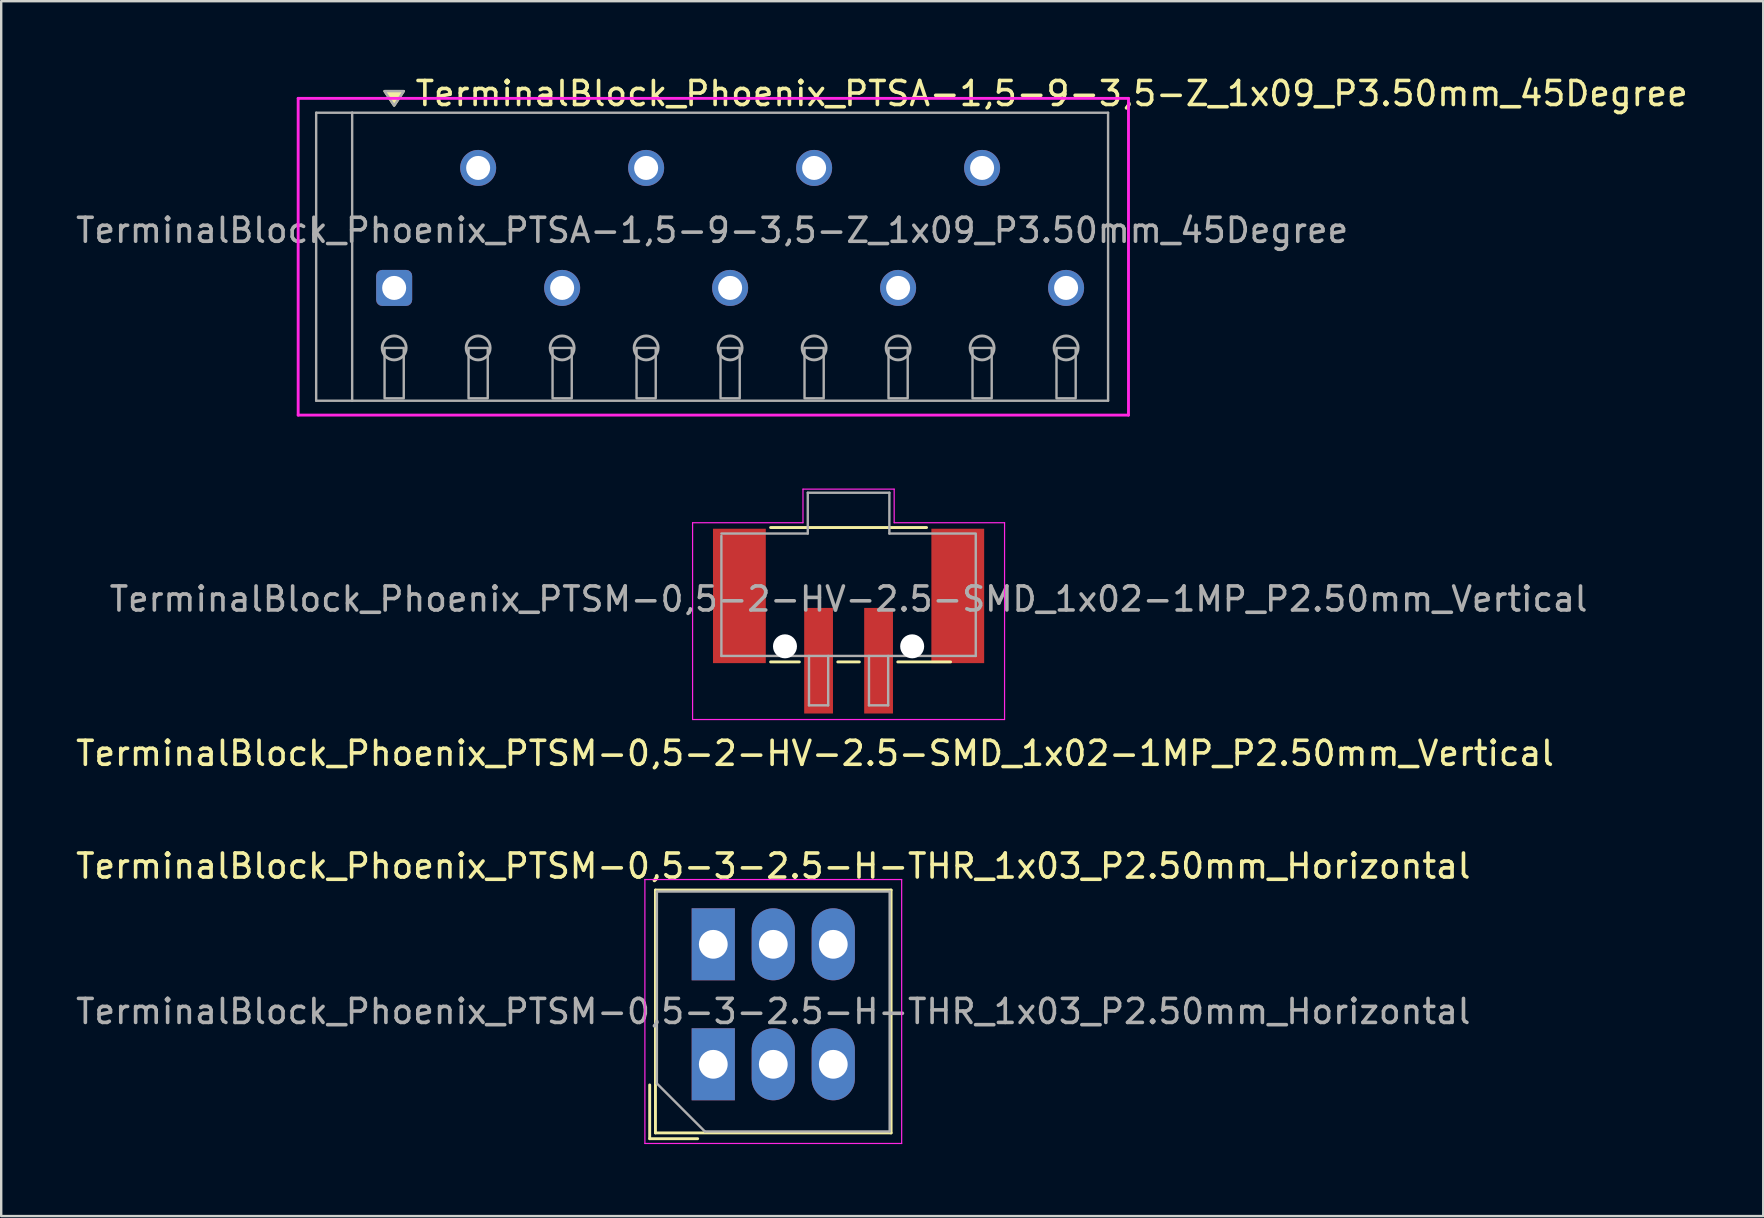
<source format=kicad_pcb>
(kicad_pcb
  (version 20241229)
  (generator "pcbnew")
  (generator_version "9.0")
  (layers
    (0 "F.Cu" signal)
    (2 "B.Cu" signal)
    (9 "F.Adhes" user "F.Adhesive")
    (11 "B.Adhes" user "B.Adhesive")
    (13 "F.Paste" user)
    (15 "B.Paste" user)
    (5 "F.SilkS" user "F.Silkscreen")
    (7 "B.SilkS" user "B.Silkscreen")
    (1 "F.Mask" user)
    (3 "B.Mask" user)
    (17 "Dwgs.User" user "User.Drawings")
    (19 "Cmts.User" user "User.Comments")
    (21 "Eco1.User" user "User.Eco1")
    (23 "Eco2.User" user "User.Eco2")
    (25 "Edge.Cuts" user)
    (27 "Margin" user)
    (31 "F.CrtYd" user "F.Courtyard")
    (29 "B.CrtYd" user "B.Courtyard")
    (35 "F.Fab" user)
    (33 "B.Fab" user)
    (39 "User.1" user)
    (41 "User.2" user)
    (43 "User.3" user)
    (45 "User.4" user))
  (footprint "TerminalBlock_Phoenix_PTSA-1,5-9-3,5-Z_1x09_P3.50mm_45Degree"
    (layer "F.Cu")
    (at 13.375 8.948)
    (property "Reference" "TerminalBlock_Phoenix_PTSA-1,5-9-3,5-Z_1x09_P3.50mm_45Degree" (at 0.8 -8.1 0) (layer "F.SilkS") (effects (font (size 1 1) (thickness 0.15)) (justify left)))
    (attr through_hole)
    (fp_poly (pts (xy 0 -7.6) (xy -0.4 -8.2) (xy 0.4 -8.2)) (stroke (width 0.1) (type solid)) (fill yes) (layer "F.SilkS"))
    (fp_line (start -4 -7.9) (end 30.6 -7.9) (stroke (width 0.12) (type solid)) (layer "F.CrtYd"))
    (fp_line (start -4 5.3) (end -4 -7.9) (stroke (width 0.12) (type solid)) (layer "F.CrtYd"))
    (fp_line (start 30.6 -7.9) (end 30.6 5.3) (stroke (width 0.12) (type solid)) (layer "F.CrtYd"))
    (fp_line (start 30.6 5.3) (end -4 5.3) (stroke (width 0.12) (type solid)) (layer "F.CrtYd"))
    (fp_line (start -3.25 -7.3) (end -1.75 -7.3) (stroke (width 0.1) (type solid)) (layer "F.Fab"))
    (fp_line (start -3.25 4.7) (end -3.25 -7.3) (stroke (width 0.1) (type solid)) (layer "F.Fab"))
    (fp_line (start -1.75 -7.3) (end -1.75 4.7) (stroke (width 0.1) (type solid)) (layer "F.Fab"))
    (fp_line (start -1.75 4.7) (end -3.25 4.7) (stroke (width 0.1) (type solid)) (layer "F.Fab"))
    (fp_line (start -1.75 4.7) (end 29.75 4.7) (stroke (width 0.1) (type solid)) (layer "F.Fab"))
    (fp_line (start 29.75 -7.3) (end -1.75 -7.3) (stroke (width 0.1) (type solid)) (layer "F.Fab"))
    (fp_line (start 29.75 4.7) (end 29.75 -7.3) (stroke (width 0.1) (type solid)) (layer "F.Fab"))
    (fp_circle (center 0 2.5) (end -0.5 2.5) (stroke (width 0.12) (type solid)) (fill no) (layer "F.Fab"))
    (fp_circle (center 3.5 2.5) (end 3 2.5) (stroke (width 0.12) (type solid)) (fill no) (layer "F.Fab"))
    (fp_circle (center 7 2.5) (end 6.5 2.5) (stroke (width 0.12) (type solid)) (fill no) (layer "F.Fab"))
    (fp_circle (center 10.5 2.5) (end 10 2.5) (stroke (width 0.12) (type solid)) (fill no) (layer "F.Fab"))
    (fp_circle (center 14 2.5) (end 13.5 2.5) (stroke (width 0.12) (type solid)) (fill no) (layer "F.Fab"))
    (fp_circle (center 17.5 2.5) (end 17 2.5) (stroke (width 0.12) (type solid)) (fill no) (layer "F.Fab"))
    (fp_circle (center 21 2.5) (end 20.5 2.5) (stroke (width 0.12) (type solid)) (fill no) (layer "F.Fab"))
    (fp_circle (center 24.5 2.5) (end 24 2.5) (stroke (width 0.12) (type solid)) (fill no) (layer "F.Fab"))
    (fp_circle (center 28 2.5) (end 27.5 2.5) (stroke (width 0.12) (type solid)) (fill no) (layer "F.Fab"))
    (fp_poly (pts (xy 0 -7.6) (xy -0.4 -8.2) (xy 0.4 -8.2)) (stroke (width 0.1) (type solid)) (fill no) (layer "F.Fab"))
    (fp_poly (pts (xy -0.4 2.5) (xy -0.4 4.6) (xy 0.4 4.6) (xy 0.4 2.5)) (stroke (width 0.1) (type solid)) (fill no) (layer "F.Fab"))
    (fp_poly (pts (xy 3.1 2.5) (xy 3.1 4.6) (xy 3.9 4.6) (xy 3.9 2.5)) (stroke (width 0.1) (type solid)) (fill no) (layer "F.Fab"))
    (fp_poly (pts (xy 6.6 2.5) (xy 6.6 4.6) (xy 7.4 4.6) (xy 7.4 2.5)) (stroke (width 0.1) (type solid)) (fill no) (layer "F.Fab"))
    (fp_poly (pts (xy 10.1 2.5) (xy 10.1 4.6) (xy 10.9 4.6) (xy 10.9 2.5)) (stroke (width 0.1) (type solid)) (fill no) (layer "F.Fab"))
    (fp_poly (pts (xy 13.6 2.5) (xy 13.6 4.6) (xy 14.4 4.6) (xy 14.4 2.5)) (stroke (width 0.1) (type solid)) (fill no) (layer "F.Fab"))
    (fp_poly (pts (xy 17.1 2.5) (xy 17.1 4.6) (xy 17.9 4.6) (xy 17.9 2.5)) (stroke (width 0.1) (type solid)) (fill no) (layer "F.Fab"))
    (fp_poly (pts (xy 20.6 2.5) (xy 20.6 4.6) (xy 21.4 4.6) (xy 21.4 2.5)) (stroke (width 0.1) (type solid)) (fill no) (layer "F.Fab"))
    (fp_poly (pts (xy 24.1 2.5) (xy 24.1 4.6) (xy 24.9 4.6) (xy 24.9 2.5)) (stroke (width 0.1) (type solid)) (fill no) (layer "F.Fab"))
    (fp_poly (pts (xy 27.6 2.5) (xy 27.6 4.6) (xy 28.4 4.6) (xy 28.4 2.5)) (stroke (width 0.1) (type solid)) (fill no) (layer "F.Fab"))
    (fp_text user "${REFERENCE}" (at 13.25 -2.4 0) (layer "F.Fab") (effects (font (size 1 1) (thickness 0.15))))
    (pad "1" thru_hole roundrect (at 0 0) (size 1.5 1.5) (drill 1) (layers "*.Cu" "*.Mask") (roundrect_rratio 0.167))
    (pad "2" thru_hole oval (at 3.5 -5) (size 1.5 1.5) (drill 1) (layers "*.Cu" "*.Mask"))
    (pad "3" thru_hole oval (at 7 0) (size 1.5 1.5) (drill 1) (layers "*.Cu" "*.Mask"))
    (pad "4" thru_hole oval (at 10.5 -5) (size 1.5 1.5) (drill 1) (layers "*.Cu" "*.Mask"))
    (pad "5" thru_hole oval (at 14 0) (size 1.5 1.5) (drill 1) (layers "*.Cu" "*.Mask"))
    (pad "6" thru_hole oval (at 17.5 -5) (size 1.5 1.5) (drill 1) (layers "*.Cu" "*.Mask"))
    (pad "7" thru_hole oval (at 21 0) (size 1.5 1.5) (drill 1) (layers "*.Cu" "*.Mask"))
    (pad "8" thru_hole oval (at 24.5 -5) (size 1.5 1.5) (drill 1) (layers "*.Cu" "*.Mask"))
    (pad "9" thru_hole oval (at 28 0) (size 1.5 1.5) (drill 1) (layers "*.Cu" "*.Mask")))
  (footprint "TerminalBlock_Phoenix_PTSM-0,5-3-2.5-H-THR_1x03_P2.50mm_Horizontal"
    (layer "F.Cu")
    (at 26.673 41.3)
    (property "Reference" "TerminalBlock_Phoenix_PTSM-0,5-3-2.5-H-THR_1x03_P2.50mm_Horizontal" (at 2.5 -8.26 0) (layer "F.SilkS") (effects (font (size 1 1) (thickness 0.15))))
    (attr through_hole)
    (fp_line (start -2.65 0.86) (end -2.65 3.1) (stroke (width 0.12) (type solid)) (layer "F.SilkS"))
    (fp_line (start -2.65 3.1) (end -0.65 3.1) (stroke (width 0.12) (type solid)) (layer "F.SilkS"))
    (fp_line (start -2.41 -7.26) (end -2.41 2.86) (stroke (width 0.12) (type solid)) (layer "F.SilkS"))
    (fp_line (start -2.41 -7.26) (end 7.41 -7.26) (stroke (width 0.12) (type solid)) (layer "F.SilkS"))
    (fp_line (start -2.41 2.86) (end 7.41 2.86) (stroke (width 0.12) (type solid)) (layer "F.SilkS"))
    (fp_line (start 7.41 -7.26) (end 7.41 2.86) (stroke (width 0.12) (type solid)) (layer "F.SilkS"))
    (fp_line (start -2.85 -7.7) (end -2.85 3.3) (stroke (width 0.05) (type solid)) (layer "F.CrtYd"))
    (fp_line (start -2.85 3.3) (end 7.85 3.3) (stroke (width 0.05) (type solid)) (layer "F.CrtYd"))
    (fp_line (start 7.85 -7.7) (end -2.85 -7.7) (stroke (width 0.05) (type solid)) (layer "F.CrtYd"))
    (fp_line (start 7.85 3.3) (end 7.85 -7.7) (stroke (width 0.05) (type solid)) (layer "F.CrtYd"))
    (fp_line (start -2.35 -7.2) (end 7.35 -7.2) (stroke (width 0.1) (type solid)) (layer "F.Fab"))
    (fp_line (start -2.35 0.8) (end -2.35 -7.2) (stroke (width 0.1) (type solid)) (layer "F.Fab"))
    (fp_line (start -0.35 2.8) (end -2.35 0.8) (stroke (width 0.1) (type solid)) (layer "F.Fab"))
    (fp_line (start 7.35 -7.2) (end 7.35 2.8) (stroke (width 0.1) (type solid)) (layer "F.Fab"))
    (fp_line (start 7.35 2.8) (end -0.35 2.8) (stroke (width 0.1) (type solid)) (layer "F.Fab"))
    (fp_text user "${REFERENCE}" (at 2.5 -2.2 0) (layer "F.Fab") (effects (font (size 1 1) (thickness 0.15))))
    (pad "1" thru_hole rect (at 0 -5) (size 1.8 3) (drill 1.2) (layers "*.Cu" "*.Mask"))
    (pad "1" thru_hole rect (at 0 0) (size 1.8 3) (drill 1.2) (layers "*.Cu" "*.Mask"))
    (pad "2" thru_hole oval (at 2.5 -5) (size 1.8 3) (drill 1.2) (layers "*.Cu" "*.Mask"))
    (pad "2" thru_hole oval (at 2.5 0) (size 1.8 3) (drill 1.2) (layers "*.Cu" "*.Mask"))
    (pad "3" thru_hole oval (at 5 -5) (size 1.8 3) (drill 1.2) (layers "*.Cu" "*.Mask"))
    (pad "3" thru_hole oval (at 5 0) (size 1.8 3) (drill 1.2) (layers "*.Cu" "*.Mask")))
  (footprint "TerminalBlock_Phoenix_PTSM-0,5-2-HV-2.5-SMD_1x02-1MP_P2.50mm_Vertical"
    (layer "F.Cu")
    (at 32.311 22.833)
    (property "Reference" "TerminalBlock_Phoenix_PTSM-0,5-2-HV-2.5-SMD_1x02-1MP_P2.50mm_Vertical" (at -1.4 5.51 0) (layer "F.SilkS") (effects (font (size 1 1) (thickness 0.15))))
    (attr smd)
    (fp_line (start -3.25 -3.9) (end 3.25 -3.9) (stroke (width 0.12) (type solid)) (layer "F.SilkS"))
    (fp_line (start -2.05 1.7) (end -3.25 1.7) (stroke (width 0.12) (type solid)) (layer "F.SilkS"))
    (fp_line (start 0.45 1.7) (end -0.45 1.7) (stroke (width 0.12) (type solid)) (layer "F.SilkS"))
    (fp_line (start 4.25 1.7) (end 2.05 1.7) (stroke (width 0.12) (type solid)) (layer "F.SilkS"))
    (fp_line (start -6.5 -4.1) (end -1.9 -4.1) (stroke (width 0.05) (type solid)) (layer "F.CrtYd"))
    (fp_line (start -6.5 4.1) (end -6.5 -4.1) (stroke (width 0.05) (type solid)) (layer "F.CrtYd"))
    (fp_line (start -1.9 -5.5) (end 1.9 -5.5) (stroke (width 0.05) (type solid)) (layer "F.CrtYd"))
    (fp_line (start -1.9 -4.1) (end -1.9 -5.5) (stroke (width 0.05) (type solid)) (layer "F.CrtYd"))
    (fp_line (start 1.9 -4.1) (end 1.9 -5.5) (stroke (width 0.05) (type solid)) (layer "F.CrtYd"))
    (fp_line (start 6.5 -4.1) (end 1.9 -4.1) (stroke (width 0.05) (type solid)) (layer "F.CrtYd"))
    (fp_line (start 6.5 -4.1) (end 6.5 4.1) (stroke (width 0.05) (type solid)) (layer "F.CrtYd"))
    (fp_line (start 6.5 4.1) (end -6.5 4.1) (stroke (width 0.05) (type solid)) (layer "F.CrtYd"))
    (fp_line (start -5.3 -3.65) (end -1.7 -3.65) (stroke (width 0.1) (type solid)) (layer "F.Fab"))
    (fp_line (start -5.3 1.45) (end -5.3 -3.55) (stroke (width 0.1) (type solid)) (layer "F.Fab"))
    (fp_line (start -1.7 -5.35) (end 1.7 -5.35) (stroke (width 0.1) (type solid)) (layer "F.Fab"))
    (fp_line (start -1.7 -3.65) (end -1.7 -5.35) (stroke (width 0.1) (type solid)) (layer "F.Fab"))
    (fp_line (start -1.65 1.45) (end -1.65 3.51) (stroke (width 0.1) (type solid)) (layer "F.Fab"))
    (fp_line (start -1.65 3.51) (end -0.85 3.51) (stroke (width 0.1) (type solid)) (layer "F.Fab"))
    (fp_line (start -0.85 1.45) (end -0.85 3.51) (stroke (width 0.1) (type solid)) (layer "F.Fab"))
    (fp_line (start 0.85 1.45) (end 0.85 3.51) (stroke (width 0.1) (type solid)) (layer "F.Fab"))
    (fp_line (start 0.85 3.51) (end 1.65 3.51) (stroke (width 0.1) (type solid)) (layer "F.Fab"))
    (fp_line (start 1.65 1.45) (end 1.65 3.51) (stroke (width 0.1) (type solid)) (layer "F.Fab"))
    (fp_line (start 1.7 -5.35) (end 1.7 -3.65) (stroke (width 0.1) (type solid)) (layer "F.Fab"))
    (fp_line (start 1.7 -3.65) (end 5.3 -3.65) (stroke (width 0.1) (type solid)) (layer "F.Fab"))
    (fp_line (start 5.3 1.45) (end -5.3 1.45) (stroke (width 0.1) (type solid)) (layer "F.Fab"))
    (fp_line (start 5.3 1.45) (end 5.3 -3.6) (stroke (width 0.1) (type solid)) (layer "F.Fab"))
    (fp_text user "${REFERENCE}" (at 0 -0.92 0) (layer "F.Fab") (effects (font (size 1 1) (thickness 0.15))))
    (pad "" np_thru_hole circle (at -2.65 1.05) (size 1 1) (drill 1) (layers "*.Cu" "*.Mask"))
    (pad "" np_thru_hole circle (at 2.65 1.05) (size 1 1) (drill 1) (layers "*.Cu" "*.Mask"))
    (pad "1" smd rect (at -1.25 1.65 180) (size 1.2 4.4) (layers "F.Cu" "F.Mask" "F.Paste"))
    (pad "2" smd rect (at 1.25 1.65 180) (size 1.2 4.4) (layers "F.Cu" "F.Mask" "F.Paste"))
    (pad "MP" smd rect (at -4.55 -1.05 180) (size 2.2 5.6) (layers "F.Cu" "F.Mask" "F.Paste"))
    (pad "MP" smd rect (at 4.55 -1.05 180) (size 2.2 5.6) (layers "F.Cu" "F.Mask" "F.Paste")))
  (gr_rect
    (start -3 -3)
    (end 70.425 47.625)
    (stroke (width 0.1) (type default))
    (fill no)
    (layer "Edge.Cuts")))
</source>
